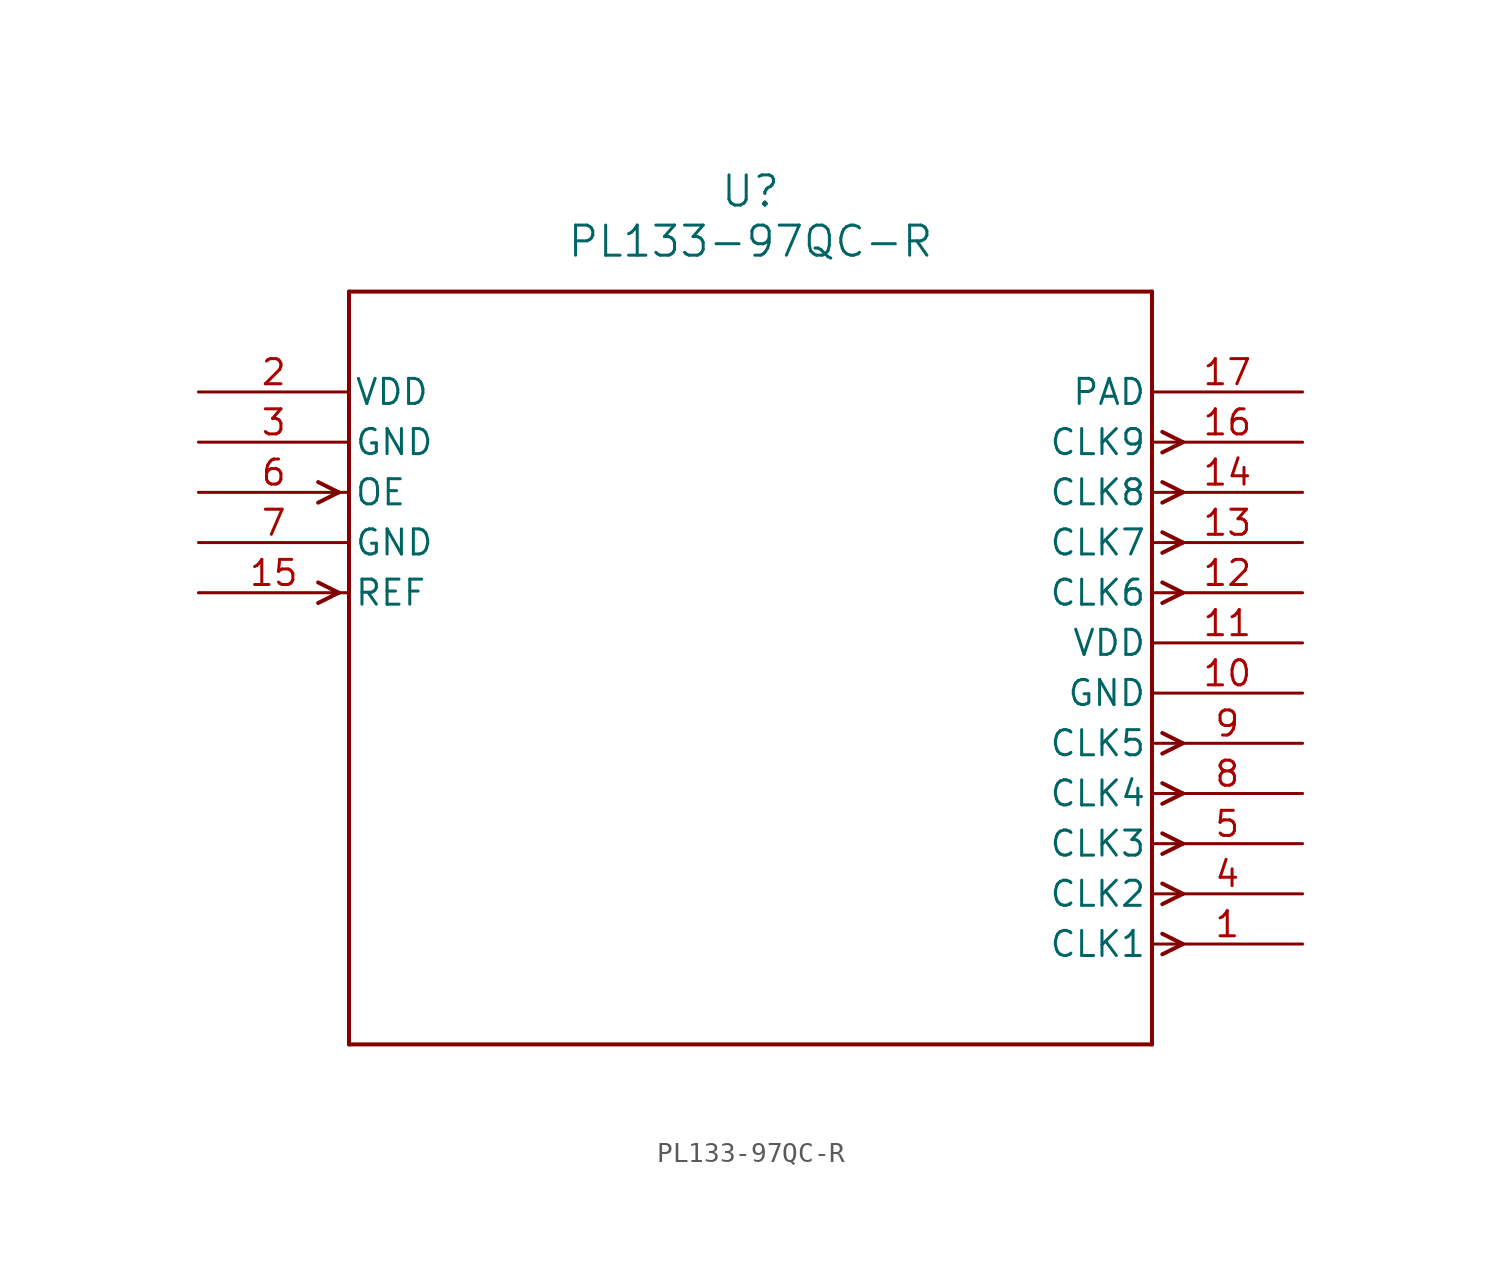
<source format=kicad_sym>
(kicad_symbol_lib
  (version 20231120)
  (generator "kicad_symbol_editor")
  (generator_version "8.0")
  (symbol "PL133-97QC-R"
    (pin_names
      (offset 0.254))
    (property "Reference" "U"
      (at 27.94 10.16 0)
      (effects (font (size 1.524 1.524))))
    (property "Value" "PL133-97QC-R"
      (at 27.94 7.62 0)
      (effects (font (size 1.524 1.524))))
    (property "ki_locked" ""
      (at 0 0 0)
      (effects (font (size 1.27 1.27))))
    (symbol "PL133-97QC-R_0_1"
      (polyline (pts (xy 7.099 -10.16) (xy 6.058 -10.681)) (stroke (width 0.203) (type default)) (fill (type none)))
      (polyline (pts (xy 7.099 -10.16) (xy 6.058 -9.639)) (stroke (width 0.203) (type default)) (fill (type none)))
      (polyline (pts (xy 7.099 -5.08) (xy 6.058 -5.601)) (stroke (width 0.203) (type default)) (fill (type none)))
      (polyline (pts (xy 7.099 -5.08) (xy 6.058 -4.559)) (stroke (width 0.203) (type default)) (fill (type none)))
      (polyline (pts (xy 7.62 -33.02) (xy 48.26 -33.02)) (stroke (width 0.203) (type default)) (fill (type none)))
      (polyline (pts (xy 7.62 5.08) (xy 7.62 -33.02)) (stroke (width 0.203) (type default)) (fill (type none)))
      (polyline (pts (xy 48.26 -33.02) (xy 48.26 5.08)) (stroke (width 0.203) (type default)) (fill (type none)))
      (polyline (pts (xy 48.26 5.08) (xy 7.62 5.08)) (stroke (width 0.203) (type default)) (fill (type none)))
      (polyline (pts (xy 48.781 -28.461) (xy 49.822 -27.94)) (stroke (width 0.203) (type default)) (fill (type none)))
      (polyline (pts (xy 48.781 -27.419) (xy 49.822 -27.94)) (stroke (width 0.203) (type default)) (fill (type none)))
      (polyline (pts (xy 48.781 -25.921) (xy 49.822 -25.4)) (stroke (width 0.203) (type default)) (fill (type none)))
      (polyline (pts (xy 48.781 -24.879) (xy 49.822 -25.4)) (stroke (width 0.203) (type default)) (fill (type none)))
      (polyline (pts (xy 48.781 -23.381) (xy 49.822 -22.86)) (stroke (width 0.203) (type default)) (fill (type none)))
      (polyline (pts (xy 48.781 -22.339) (xy 49.822 -22.86)) (stroke (width 0.203) (type default)) (fill (type none)))
      (polyline (pts (xy 48.781 -20.841) (xy 49.822 -20.32)) (stroke (width 0.203) (type default)) (fill (type none)))
      (polyline (pts (xy 48.781 -19.799) (xy 49.822 -20.32)) (stroke (width 0.203) (type default)) (fill (type none)))
      (polyline (pts (xy 48.781 -18.301) (xy 49.822 -17.78)) (stroke (width 0.203) (type default)) (fill (type none)))
      (polyline (pts (xy 48.781 -17.259) (xy 49.822 -17.78)) (stroke (width 0.203) (type default)) (fill (type none)))
      (polyline (pts (xy 48.781 -10.681) (xy 49.822 -10.16)) (stroke (width 0.203) (type default)) (fill (type none)))
      (polyline (pts (xy 48.781 -9.639) (xy 49.822 -10.16)) (stroke (width 0.203) (type default)) (fill (type none)))
      (polyline (pts (xy 48.781 -8.141) (xy 49.822 -7.62)) (stroke (width 0.203) (type default)) (fill (type none)))
      (polyline (pts (xy 48.781 -7.099) (xy 49.822 -7.62)) (stroke (width 0.203) (type default)) (fill (type none)))
      (polyline (pts (xy 48.781 -5.601) (xy 49.822 -5.08)) (stroke (width 0.203) (type default)) (fill (type none)))
      (polyline (pts (xy 48.781 -4.559) (xy 49.822 -5.08)) (stroke (width 0.203) (type default)) (fill (type none)))
      (polyline (pts (xy 48.781 -3.061) (xy 49.822 -2.54)) (stroke (width 0.203) (type default)) (fill (type none)))
      (polyline (pts (xy 48.781 -2.019) (xy 49.822 -2.54)) (stroke (width 0.203) (type default)) (fill (type none)))
      (pin output line (at 55.88 -27.94 180) (length 7.62) (name "CLK1" (effects (font (size 1.27 1.27)))) (number "1" (effects (font (size 1.27 1.27)))))
      (pin power_in line (at 55.88 -15.24 180) (length 7.62) (name "GND" (effects (font (size 1.27 1.27)))) (number "10" (effects (font (size 1.27 1.27)))))
      (pin power_in line (at 55.88 -12.7 180) (length 7.62) (name "VDD" (effects (font (size 1.27 1.27)))) (number "11" (effects (font (size 1.27 1.27)))))
      (pin output line (at 55.88 -10.16 180) (length 7.62) (name "CLK6" (effects (font (size 1.27 1.27)))) (number "12" (effects (font (size 1.27 1.27)))))
      (pin output line (at 55.88 -7.62 180) (length 7.62) (name "CLK7" (effects (font (size 1.27 1.27)))) (number "13" (effects (font (size 1.27 1.27)))))
      (pin output line (at 55.88 -5.08 180) (length 7.62) (name "CLK8" (effects (font (size 1.27 1.27)))) (number "14" (effects (font (size 1.27 1.27)))))
      (pin input line (at 0 -10.16 0) (length 7.62) (name "REF" (effects (font (size 1.27 1.27)))) (number "15" (effects (font (size 1.27 1.27)))))
      (pin output line (at 55.88 -2.54 180) (length 7.62) (name "CLK9" (effects (font (size 1.27 1.27)))) (number "16" (effects (font (size 1.27 1.27)))))
      (pin power_in line (at 0 0 0) (length 7.62) (name "VDD" (effects (font (size 1.27 1.27)))) (number "2" (effects (font (size 1.27 1.27)))))
      (pin power_in line (at 0 -2.54 0) (length 7.62) (name "GND" (effects (font (size 1.27 1.27)))) (number "3" (effects (font (size 1.27 1.27)))))
      (pin output line (at 55.88 -25.4 180) (length 7.62) (name "CLK2" (effects (font (size 1.27 1.27)))) (number "4" (effects (font (size 1.27 1.27)))))
      (pin output line (at 55.88 -22.86 180) (length 7.62) (name "CLK3" (effects (font (size 1.27 1.27)))) (number "5" (effects (font (size 1.27 1.27)))))
      (pin input line (at 0 -5.08 0) (length 7.62) (name "OE" (effects (font (size 1.27 1.27)))) (number "6" (effects (font (size 1.27 1.27)))))
      (pin power_in line (at 0 -7.62 0) (length 7.62) (name "GND" (effects (font (size 1.27 1.27)))) (number "7" (effects (font (size 1.27 1.27)))))
      (pin output line (at 55.88 -20.32 180) (length 7.62) (name "CLK4" (effects (font (size 1.27 1.27)))) (number "8" (effects (font (size 1.27 1.27)))))
      (pin output line (at 55.88 -17.78 180) (length 7.62) (name "CLK5" (effects (font (size 1.27 1.27)))) (number "9" (effects (font (size 1.27 1.27))))))
    (symbol "PL133-97QC-R_1_1"
      (pin power_in line (at 55.88 0 180) (length 7.62) (name "PAD" (effects (font (size 1.27 1.27)))) (number "17" (effects (font (size 1.27 1.27))))))))
</source>
